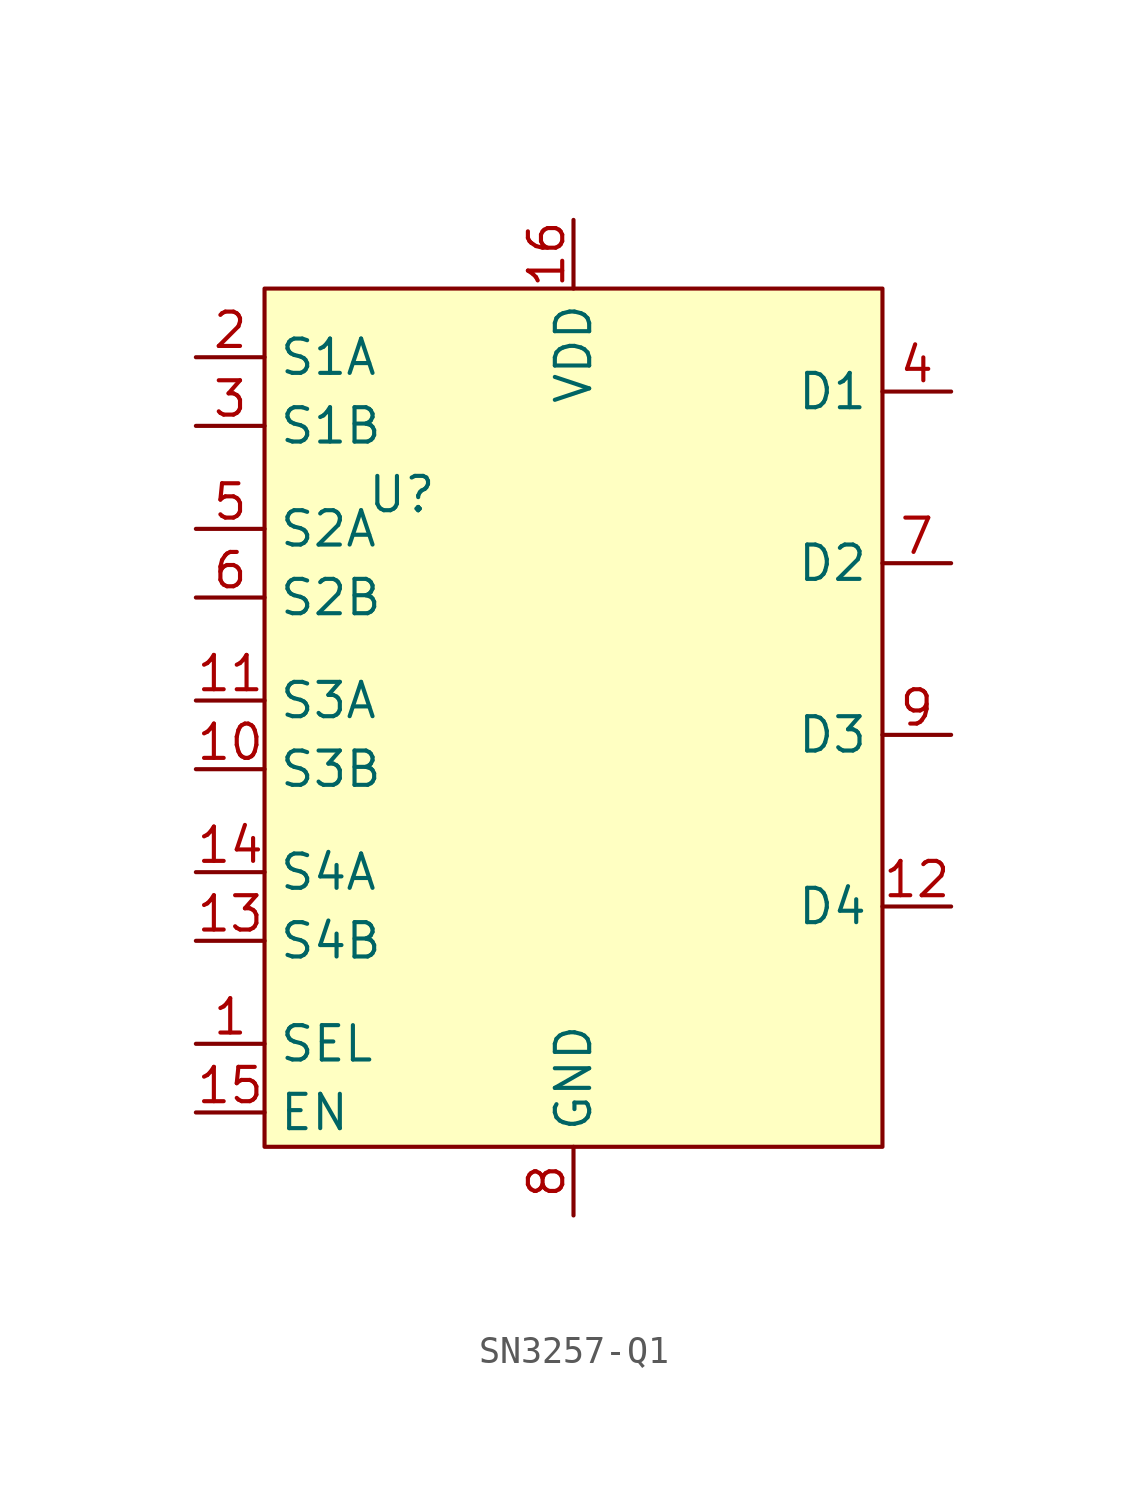
<source format=kicad_sym>
(kicad_symbol_lib
  (version 20241209)
  (generator "kicad_symbol_editor")
  (generator_version "9.0")
  (symbol "SN3257-Q1"
    (property "Reference" "U"
      (at 0 0 0)
      (effects (font (size 1.27 1.27))))
    (property "Value" ""
      (at 0 0 0)
      (effects (font (size 1.27 1.27))))
    (symbol "SN3257-Q1_0_0"
      (pin input line (at -7.62 5.08 0) (length 2.54) (name "S1A" (effects (font (size 1.27 1.27)))) (number "2" (effects (font (size 1.27 1.27)))))
      (pin input line (at -7.62 2.54 0) (length 2.54) (name "S1B" (effects (font (size 1.27 1.27)))) (number "3" (effects (font (size 1.27 1.27)))))
      (pin input line (at -7.62 -1.27 0) (length 2.54) (name "S2A" (effects (font (size 1.27 1.27)))) (number "5" (effects (font (size 1.27 1.27)))))
      (pin input line (at -7.62 -3.81 0) (length 2.54) (name "S2B" (effects (font (size 1.27 1.27)))) (number "6" (effects (font (size 1.27 1.27)))))
      (pin input line (at -7.62 -7.62 0) (length 2.54) (name "S3A" (effects (font (size 1.27 1.27)))) (number "11" (effects (font (size 1.27 1.27)))))
      (pin input line (at -7.62 -10.16 0) (length 2.54) (name "S3B" (effects (font (size 1.27 1.27)))) (number "10" (effects (font (size 1.27 1.27)))))
      (pin input line (at -7.62 -13.97 0) (length 2.54) (name "S4A" (effects (font (size 1.27 1.27)))) (number "14" (effects (font (size 1.27 1.27)))))
      (pin input line (at -7.62 -16.51 0) (length 2.54) (name "S4B" (effects (font (size 1.27 1.27)))) (number "13" (effects (font (size 1.27 1.27)))))
      (pin output line (at 20.32 3.81 180) (length 2.54) (name "D1" (effects (font (size 1.27 1.27)))) (number "4" (effects (font (size 1.27 1.27)))))
      (pin output line (at 20.32 -2.54 180) (length 2.54) (name "D2" (effects (font (size 1.27 1.27)))) (number "7" (effects (font (size 1.27 1.27)))))
      (pin output line (at 20.32 -8.89 180) (length 2.54) (name "D3" (effects (font (size 1.27 1.27)))) (number "9" (effects (font (size 1.27 1.27)))))
      (pin output line (at 20.32 -15.24 180) (length 2.54) (name "D4" (effects (font (size 1.27 1.27)))) (number "12" (effects (font (size 1.27 1.27))))))
    (symbol "SN3257-Q1_1_0"
      (pin input line (at -7.62 -20.32 0) (length 2.54) (name "SEL" (effects (font (size 1.27 1.27)))) (number "1" (effects (font (size 1.27 1.27)))))
      (pin input line (at -7.62 -22.86 0) (length 2.54) (name "EN" (effects (font (size 1.27 1.27)))) (number "15" (effects (font (size 1.27 1.27)))))
      (pin input line (at 6.35 10.16 270) (length 2.54) (name "VDD" (effects (font (size 1.27 1.27)))) (number "16" (effects (font (size 1.27 1.27)))))
      (pin input line (at 6.35 -26.67 90) (length 2.54) (name "GND" (effects (font (size 1.27 1.27)))) (number "8" (effects (font (size 1.27 1.27))))))
    (symbol "SN3257-Q1_1_1"
      (rectangle (start -5.08 7.62) (end 17.78 -24.13) (stroke (width 0) (type default)) (fill (type background))))))
</source>
